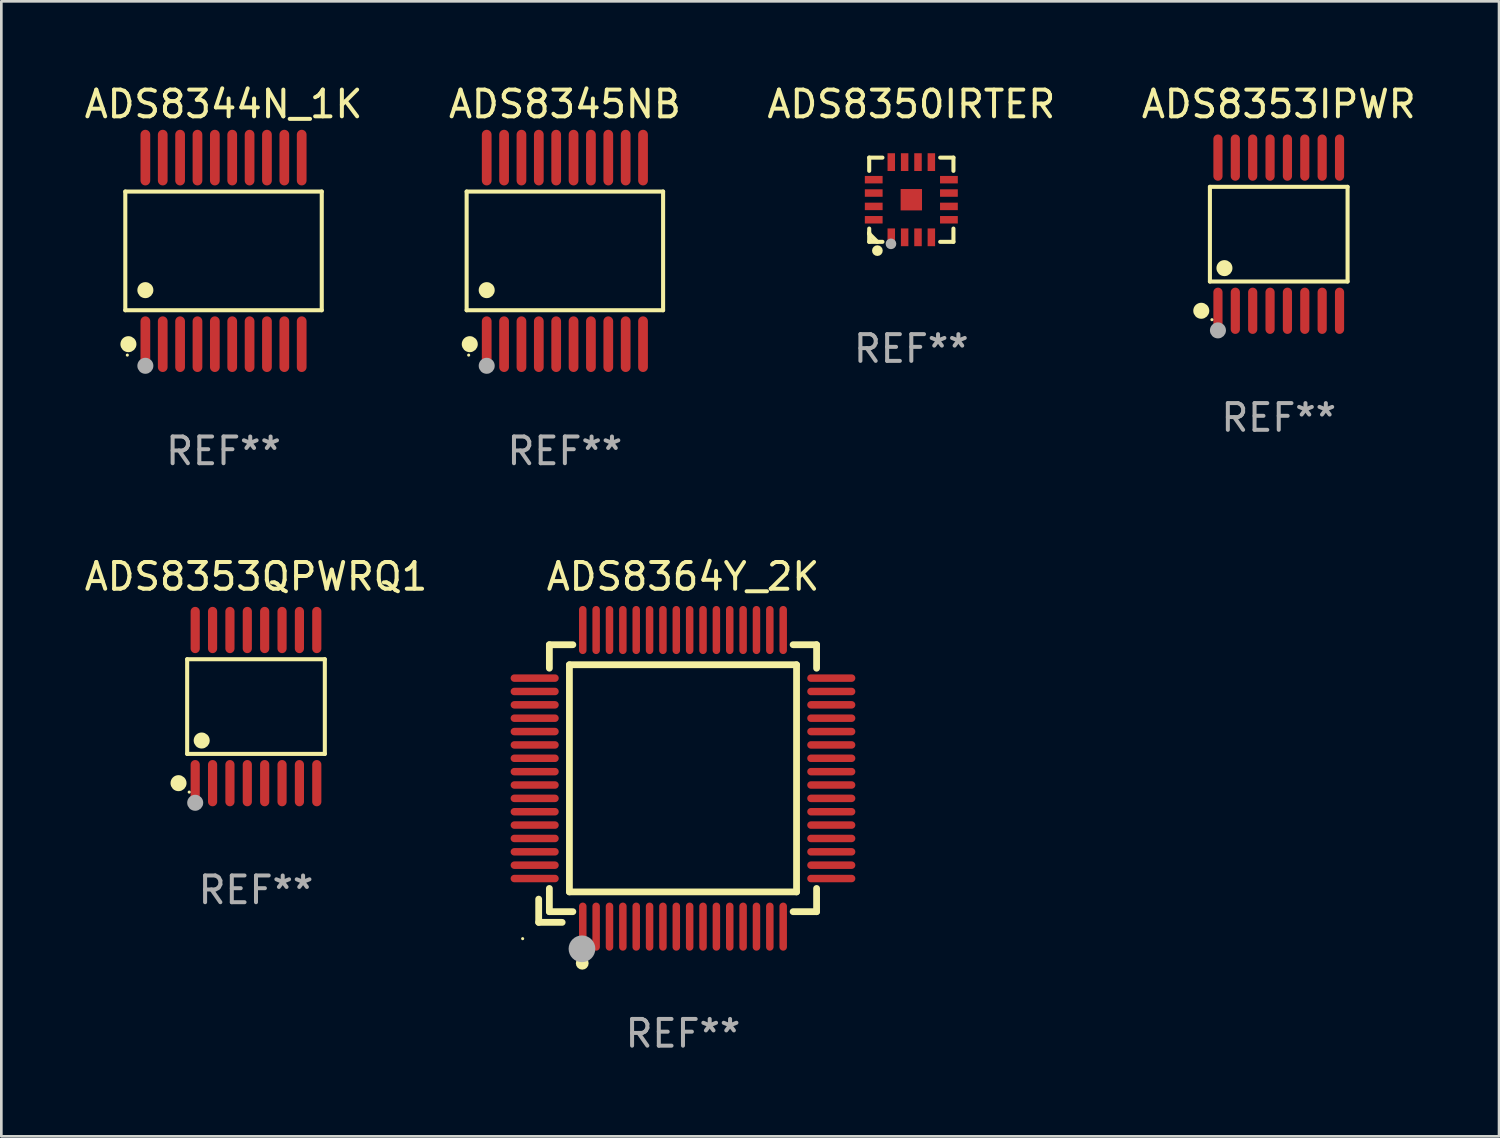
<source format=kicad_pcb>
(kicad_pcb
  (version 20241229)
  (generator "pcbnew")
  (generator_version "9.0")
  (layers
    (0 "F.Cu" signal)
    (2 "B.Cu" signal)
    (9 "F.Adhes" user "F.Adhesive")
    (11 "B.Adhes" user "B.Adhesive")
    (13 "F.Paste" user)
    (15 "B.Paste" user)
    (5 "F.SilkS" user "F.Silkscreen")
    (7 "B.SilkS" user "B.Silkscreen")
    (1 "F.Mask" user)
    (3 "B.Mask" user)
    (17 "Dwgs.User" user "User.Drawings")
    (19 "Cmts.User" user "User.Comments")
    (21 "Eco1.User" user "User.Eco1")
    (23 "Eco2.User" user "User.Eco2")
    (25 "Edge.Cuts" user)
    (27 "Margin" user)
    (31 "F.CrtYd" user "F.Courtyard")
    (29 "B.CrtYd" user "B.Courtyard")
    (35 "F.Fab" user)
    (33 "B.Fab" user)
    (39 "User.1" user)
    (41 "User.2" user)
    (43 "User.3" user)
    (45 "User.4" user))
  (footprint "ADS8364Y_2K"
    (layer "F.Cu")
    (at 22.509 26.077)
    (property "Reference" "ADS8364Y_2K" (at 0 -7.55 0) (layer "F.SilkS") (effects (font (size 1 1) (thickness 0.15))))
    (attr through_hole)
    (fp_line (start -5.4 4.521) (end -5.4 5.39) (stroke (width 0.254) (type solid)) (layer "F.SilkS"))
    (fp_line (start -5.4 5.39) (end -4.521 5.39) (stroke (width 0.254) (type solid)) (layer "F.SilkS"))
    (fp_line (start -5 -5) (end -5 -4.121) (stroke (width 0.254) (type solid)) (layer "F.SilkS"))
    (fp_line (start -5 4.121) (end -5 4.99) (stroke (width 0.254) (type solid)) (layer "F.SilkS"))
    (fp_line (start -5 4.99) (end -4.121 4.99) (stroke (width 0.254) (type solid)) (layer "F.SilkS"))
    (fp_line (start -4.25 -4.25) (end -4.25 4.25) (stroke (width 0.254) (type solid)) (layer "F.SilkS"))
    (fp_line (start -4.25 4.25) (end 4.25 4.25) (stroke (width 0.254) (type solid)) (layer "F.SilkS"))
    (fp_line (start -4.121 -5) (end -5 -5) (stroke (width 0.254) (type solid)) (layer "F.SilkS"))
    (fp_line (start 4.121 4.99) (end 5 4.99) (stroke (width 0.254) (type solid)) (layer "F.SilkS"))
    (fp_line (start 4.25 -4.25) (end -4.25 -4.25) (stroke (width 0.254) (type solid)) (layer "F.SilkS"))
    (fp_line (start 4.25 4.25) (end 4.25 -4.25) (stroke (width 0.254) (type solid)) (layer "F.SilkS"))
    (fp_line (start 5 -5) (end 4.121 -5) (stroke (width 0.254) (type solid)) (layer "F.SilkS"))
    (fp_line (start 5 -4.121) (end 5 -5) (stroke (width 0.254) (type solid)) (layer "F.SilkS"))
    (fp_line (start 5 4.99) (end 5 4.121) (stroke (width 0.254) (type solid)) (layer "F.SilkS"))
    (fp_circle (center -6 6) (end -5.97 6) (stroke (width 0.06) (type solid)) (fill no) (layer "F.SilkS"))
    (fp_circle (center -3.77 6.92) (end -3.65 6.92) (stroke (width 0.24) (type solid)) (fill no) (layer "F.SilkS"))
    (fp_circle (center -3.78 6.38) (end -3.53 6.38) (stroke (width 0.5) (type solid)) (fill no) (layer "F.Fab"))
    (fp_text user "REF**" (at 0 9.55 0) (layer "F.Fab") (effects (font (size 1 1) (thickness 0.15))))
    (pad "1" smd oval (at -3.75 5.55) (size 0.28 1.8) (layers "F.Cu" "F.Mask" "F.Paste"))
    (pad "2" smd oval (at -3.25 5.55) (size 0.28 1.8) (layers "F.Cu" "F.Mask" "F.Paste"))
    (pad "3" smd oval (at -2.75 5.55) (size 0.28 1.8) (layers "F.Cu" "F.Mask" "F.Paste"))
    (pad "4" smd oval (at -2.25 5.55) (size 0.28 1.8) (layers "F.Cu" "F.Mask" "F.Paste"))
    (pad "5" smd oval (at -1.75 5.55) (size 0.28 1.8) (layers "F.Cu" "F.Mask" "F.Paste"))
    (pad "6" smd oval (at -1.25 5.55) (size 0.28 1.8) (layers "F.Cu" "F.Mask" "F.Paste"))
    (pad "7" smd oval (at -0.75 5.55) (size 0.28 1.8) (layers "F.Cu" "F.Mask" "F.Paste"))
    (pad "8" smd oval (at -0.25 5.55) (size 0.28 1.8) (layers "F.Cu" "F.Mask" "F.Paste"))
    (pad "9" smd oval (at 0.25 5.55) (size 0.28 1.8) (layers "F.Cu" "F.Mask" "F.Paste"))
    (pad "10" smd oval (at 0.75 5.55) (size 0.28 1.8) (layers "F.Cu" "F.Mask" "F.Paste"))
    (pad "11" smd oval (at 1.25 5.55) (size 0.28 1.8) (layers "F.Cu" "F.Mask" "F.Paste"))
    (pad "12" smd oval (at 1.75 5.55) (size 0.28 1.8) (layers "F.Cu" "F.Mask" "F.Paste"))
    (pad "13" smd oval (at 2.25 5.55) (size 0.28 1.8) (layers "F.Cu" "F.Mask" "F.Paste"))
    (pad "14" smd oval (at 2.75 5.55) (size 0.28 1.8) (layers "F.Cu" "F.Mask" "F.Paste"))
    (pad "15" smd oval (at 3.25 5.55) (size 0.28 1.8) (layers "F.Cu" "F.Mask" "F.Paste"))
    (pad "16" smd oval (at 3.75 5.55) (size 0.28 1.8) (layers "F.Cu" "F.Mask" "F.Paste"))
    (pad "17" smd oval (at 5.55 3.75) (size 1.8 0.28) (layers "F.Cu" "F.Mask" "F.Paste"))
    (pad "18" smd oval (at 5.55 3.25) (size 1.8 0.28) (layers "F.Cu" "F.Mask" "F.Paste"))
    (pad "19" smd oval (at 5.55 2.75) (size 1.8 0.28) (layers "F.Cu" "F.Mask" "F.Paste"))
    (pad "20" smd oval (at 5.55 2.25) (size 1.8 0.28) (layers "F.Cu" "F.Mask" "F.Paste"))
    (pad "21" smd oval (at 5.55 1.75) (size 1.8 0.28) (layers "F.Cu" "F.Mask" "F.Paste"))
    (pad "22" smd oval (at 5.55 1.25) (size 1.8 0.28) (layers "F.Cu" "F.Mask" "F.Paste"))
    (pad "23" smd oval (at 5.55 0.75) (size 1.8 0.28) (layers "F.Cu" "F.Mask" "F.Paste"))
    (pad "24" smd oval (at 5.55 0.25) (size 1.8 0.28) (layers "F.Cu" "F.Mask" "F.Paste"))
    (pad "25" smd oval (at 5.55 -0.25) (size 1.8 0.28) (layers "F.Cu" "F.Mask" "F.Paste"))
    (pad "26" smd oval (at 5.55 -0.75) (size 1.8 0.28) (layers "F.Cu" "F.Mask" "F.Paste"))
    (pad "27" smd oval (at 5.55 -1.25) (size 1.8 0.28) (layers "F.Cu" "F.Mask" "F.Paste"))
    (pad "28" smd oval (at 5.55 -1.75) (size 1.8 0.28) (layers "F.Cu" "F.Mask" "F.Paste"))
    (pad "29" smd oval (at 5.55 -2.25) (size 1.8 0.28) (layers "F.Cu" "F.Mask" "F.Paste"))
    (pad "30" smd oval (at 5.55 -2.75) (size 1.8 0.28) (layers "F.Cu" "F.Mask" "F.Paste"))
    (pad "31" smd oval (at 5.55 -3.25) (size 1.8 0.28) (layers "F.Cu" "F.Mask" "F.Paste"))
    (pad "32" smd oval (at 5.55 -3.75) (size 1.8 0.28) (layers "F.Cu" "F.Mask" "F.Paste"))
    (pad "33" smd oval (at 3.75 -5.55) (size 0.28 1.8) (layers "F.Cu" "F.Mask" "F.Paste"))
    (pad "34" smd oval (at 3.25 -5.55) (size 0.28 1.8) (layers "F.Cu" "F.Mask" "F.Paste"))
    (pad "35" smd oval (at 2.75 -5.55) (size 0.28 1.8) (layers "F.Cu" "F.Mask" "F.Paste"))
    (pad "36" smd oval (at 2.25 -5.55) (size 0.28 1.8) (layers "F.Cu" "F.Mask" "F.Paste"))
    (pad "37" smd oval (at 1.75 -5.55) (size 0.28 1.8) (layers "F.Cu" "F.Mask" "F.Paste"))
    (pad "38" smd oval (at 1.25 -5.55) (size 0.28 1.8) (layers "F.Cu" "F.Mask" "F.Paste"))
    (pad "39" smd oval (at 0.75 -5.55) (size 0.28 1.8) (layers "F.Cu" "F.Mask" "F.Paste"))
    (pad "40" smd oval (at 0.25 -5.55) (size 0.28 1.8) (layers "F.Cu" "F.Mask" "F.Paste"))
    (pad "41" smd oval (at -0.25 -5.55) (size 0.28 1.8) (layers "F.Cu" "F.Mask" "F.Paste"))
    (pad "42" smd oval (at -0.75 -5.55) (size 0.28 1.8) (layers "F.Cu" "F.Mask" "F.Paste"))
    (pad "43" smd oval (at -1.25 -5.55) (size 0.28 1.8) (layers "F.Cu" "F.Mask" "F.Paste"))
    (pad "44" smd oval (at -1.75 -5.55) (size 0.28 1.8) (layers "F.Cu" "F.Mask" "F.Paste"))
    (pad "45" smd oval (at -2.25 -5.55) (size 0.28 1.8) (layers "F.Cu" "F.Mask" "F.Paste"))
    (pad "46" smd oval (at -2.75 -5.55) (size 0.28 1.8) (layers "F.Cu" "F.Mask" "F.Paste"))
    (pad "47" smd oval (at -3.25 -5.55) (size 0.28 1.8) (layers "F.Cu" "F.Mask" "F.Paste"))
    (pad "48" smd oval (at -3.75 -5.55) (size 0.28 1.8) (layers "F.Cu" "F.Mask" "F.Paste"))
    (pad "49" smd oval (at -5.55 -3.75) (size 1.8 0.28) (layers "F.Cu" "F.Mask" "F.Paste"))
    (pad "50" smd oval (at -5.55 -3.25) (size 1.8 0.28) (layers "F.Cu" "F.Mask" "F.Paste"))
    (pad "51" smd oval (at -5.55 -2.75) (size 1.8 0.28) (layers "F.Cu" "F.Mask" "F.Paste"))
    (pad "52" smd oval (at -5.55 -2.25) (size 1.8 0.28) (layers "F.Cu" "F.Mask" "F.Paste"))
    (pad "53" smd oval (at -5.55 -1.75) (size 1.8 0.28) (layers "F.Cu" "F.Mask" "F.Paste"))
    (pad "54" smd oval (at -5.55 -1.25) (size 1.8 0.28) (layers "F.Cu" "F.Mask" "F.Paste"))
    (pad "55" smd oval (at -5.55 -0.75) (size 1.8 0.28) (layers "F.Cu" "F.Mask" "F.Paste"))
    (pad "56" smd oval (at -5.55 -0.25) (size 1.8 0.28) (layers "F.Cu" "F.Mask" "F.Paste"))
    (pad "57" smd oval (at -5.55 0.25) (size 1.8 0.28) (layers "F.Cu" "F.Mask" "F.Paste"))
    (pad "58" smd oval (at -5.55 0.75) (size 1.8 0.28) (layers "F.Cu" "F.Mask" "F.Paste"))
    (pad "59" smd oval (at -5.55 1.25) (size 1.8 0.28) (layers "F.Cu" "F.Mask" "F.Paste"))
    (pad "60" smd oval (at -5.55 1.75) (size 1.8 0.28) (layers "F.Cu" "F.Mask" "F.Paste"))
    (pad "61" smd oval (at -5.55 2.25) (size 1.8 0.28) (layers "F.Cu" "F.Mask" "F.Paste"))
    (pad "62" smd oval (at -5.55 2.75) (size 1.8 0.28) (layers "F.Cu" "F.Mask" "F.Paste"))
    (pad "63" smd oval (at -5.55 3.25) (size 1.8 0.28) (layers "F.Cu" "F.Mask" "F.Paste"))
    (pad "64" smd oval (at -5.55 3.75) (size 1.8 0.28) (layers "F.Cu" "F.Mask" "F.Paste")))
  (footprint "ADS8344N_1K"
    (layer "F.Cu")
    (at 5.315 6.339)
    (property "Reference" "ADS8344N_1K" (at 0 -5.491 0) (layer "F.SilkS") (effects (font (size 1 1) (thickness 0.15))))
    (attr through_hole)
    (fp_line (start -3.676 -2.221) (end 3.676 -2.221) (stroke (width 0.152) (type solid)) (layer "F.SilkS"))
    (fp_line (start -3.676 2.221) (end -3.676 -2.221) (stroke (width 0.152) (type solid)) (layer "F.SilkS"))
    (fp_line (start 3.676 -2.221) (end 3.676 2.221) (stroke (width 0.152) (type solid)) (layer "F.SilkS"))
    (fp_line (start 3.676 2.221) (end -3.676 2.221) (stroke (width 0.152) (type solid)) (layer "F.SilkS"))
    (fp_circle (center -3.6 3.9) (end -3.57 3.9) (stroke (width 0.06) (type solid)) (fill no) (layer "F.SilkS"))
    (fp_circle (center -3.559 3.491) (end -3.409 3.491) (stroke (width 0.3) (type solid)) (fill no) (layer "F.SilkS"))
    (fp_circle (center -2.925 1.469) (end -2.775 1.469) (stroke (width 0.3) (type solid)) (fill no) (layer "F.SilkS"))
    (fp_circle (center -2.925 4.3) (end -2.775 4.3) (stroke (width 0.3) (type solid)) (fill no) (layer "F.Fab"))
    (fp_text user "REF**" (at 0 7.491 0) (layer "F.Fab") (effects (font (size 1 1) (thickness 0.15))))
    (pad "1" smd oval (at -2.925 3.491) (size 0.364 2.082) (layers "F.Cu" "F.Mask" "F.Paste"))
    (pad "2" smd oval (at -2.275 3.491) (size 0.364 2.082) (layers "F.Cu" "F.Mask" "F.Paste"))
    (pad "3" smd oval (at -1.625 3.491) (size 0.364 2.082) (layers "F.Cu" "F.Mask" "F.Paste"))
    (pad "4" smd oval (at -0.975 3.491) (size 0.364 2.082) (layers "F.Cu" "F.Mask" "F.Paste"))
    (pad "5" smd oval (at -0.325 3.491) (size 0.364 2.082) (layers "F.Cu" "F.Mask" "F.Paste"))
    (pad "6" smd oval (at 0.325 3.491) (size 0.364 2.082) (layers "F.Cu" "F.Mask" "F.Paste"))
    (pad "7" smd oval (at 0.975 3.491) (size 0.364 2.082) (layers "F.Cu" "F.Mask" "F.Paste"))
    (pad "8" smd oval (at 1.625 3.491) (size 0.364 2.082) (layers "F.Cu" "F.Mask" "F.Paste"))
    (pad "9" smd oval (at 2.275 3.491) (size 0.364 2.082) (layers "F.Cu" "F.Mask" "F.Paste"))
    (pad "10" smd oval (at 2.925 3.491) (size 0.364 2.082) (layers "F.Cu" "F.Mask" "F.Paste"))
    (pad "11" smd oval (at 2.925 -3.491) (size 0.364 2.082) (layers "F.Cu" "F.Mask" "F.Paste"))
    (pad "12" smd oval (at 2.275 -3.491) (size 0.364 2.082) (layers "F.Cu" "F.Mask" "F.Paste"))
    (pad "13" smd oval (at 1.625 -3.491) (size 0.364 2.082) (layers "F.Cu" "F.Mask" "F.Paste"))
    (pad "14" smd oval (at 0.975 -3.491) (size 0.364 2.082) (layers "F.Cu" "F.Mask" "F.Paste"))
    (pad "15" smd oval (at 0.325 -3.491) (size 0.364 2.082) (layers "F.Cu" "F.Mask" "F.Paste"))
    (pad "16" smd oval (at -0.325 -3.491) (size 0.364 2.082) (layers "F.Cu" "F.Mask" "F.Paste"))
    (pad "17" smd oval (at -0.975 -3.491) (size 0.364 2.082) (layers "F.Cu" "F.Mask" "F.Paste"))
    (pad "18" smd oval (at -1.625 -3.491) (size 0.364 2.082) (layers "F.Cu" "F.Mask" "F.Paste"))
    (pad "19" smd oval (at -2.275 -3.491) (size 0.364 2.082) (layers "F.Cu" "F.Mask" "F.Paste"))
    (pad "20" smd oval (at -2.925 -3.491) (size 0.364 2.082) (layers "F.Cu" "F.Mask" "F.Paste")))
  (footprint "ADS8353QPWRQ1"
    (layer "F.Cu")
    (at 6.53 23.392)
    (property "Reference" "ADS8353QPWRQ1" (at 0 -4.866 0) (layer "F.SilkS") (effects (font (size 1 1) (thickness 0.15))))
    (attr through_hole)
    (fp_line (start -2.576 -1.772) (end 2.576 -1.772) (stroke (width 0.152) (type solid)) (layer "F.SilkS"))
    (fp_line (start -2.576 1.771) (end -2.576 -1.772) (stroke (width 0.152) (type solid)) (layer "F.SilkS"))
    (fp_line (start 2.576 -1.772) (end 2.576 1.771) (stroke (width 0.152) (type solid)) (layer "F.SilkS"))
    (fp_line (start 2.576 1.771) (end -2.576 1.771) (stroke (width 0.152) (type solid)) (layer "F.SilkS"))
    (fp_circle (center -2.899 2.866) (end -2.749 2.866) (stroke (width 0.3) (type solid)) (fill no) (layer "F.SilkS"))
    (fp_circle (center -2.5 3.2) (end -2.47 3.2) (stroke (width 0.06) (type solid)) (fill no) (layer "F.SilkS"))
    (fp_circle (center -2.032 1.27) (end -1.882 1.27) (stroke (width 0.3) (type solid)) (fill no) (layer "F.SilkS"))
    (fp_circle (center -2.275 3.6) (end -2.125 3.6) (stroke (width 0.3) (type solid)) (fill no) (layer "F.Fab"))
    (fp_text user "REF**" (at 0 6.866 0) (layer "F.Fab") (effects (font (size 1 1) (thickness 0.15))))
    (pad "1" smd oval (at -2.275 2.866) (size 0.343 1.731) (layers "F.Cu" "F.Mask" "F.Paste"))
    (pad "2" smd oval (at -1.625 2.866) (size 0.343 1.731) (layers "F.Cu" "F.Mask" "F.Paste"))
    (pad "3" smd oval (at -0.975 2.866) (size 0.343 1.731) (layers "F.Cu" "F.Mask" "F.Paste"))
    (pad "4" smd oval (at -0.325 2.866) (size 0.343 1.731) (layers "F.Cu" "F.Mask" "F.Paste"))
    (pad "5" smd oval (at 0.325 2.866) (size 0.343 1.731) (layers "F.Cu" "F.Mask" "F.Paste"))
    (pad "6" smd oval (at 0.975 2.866) (size 0.343 1.731) (layers "F.Cu" "F.Mask" "F.Paste"))
    (pad "7" smd oval (at 1.625 2.866) (size 0.343 1.731) (layers "F.Cu" "F.Mask" "F.Paste"))
    (pad "8" smd oval (at 2.275 2.866) (size 0.343 1.731) (layers "F.Cu" "F.Mask" "F.Paste"))
    (pad "9" smd oval (at 2.275 -2.866) (size 0.343 1.731) (layers "F.Cu" "F.Mask" "F.Paste"))
    (pad "10" smd oval (at 1.625 -2.866) (size 0.343 1.731) (layers "F.Cu" "F.Mask" "F.Paste"))
    (pad "11" smd oval (at 0.975 -2.866) (size 0.343 1.731) (layers "F.Cu" "F.Mask" "F.Paste"))
    (pad "12" smd oval (at 0.325 -2.866) (size 0.343 1.731) (layers "F.Cu" "F.Mask" "F.Paste"))
    (pad "13" smd oval (at -0.325 -2.866) (size 0.343 1.731) (layers "F.Cu" "F.Mask" "F.Paste"))
    (pad "14" smd oval (at -0.975 -2.866) (size 0.343 1.731) (layers "F.Cu" "F.Mask" "F.Paste"))
    (pad "15" smd oval (at -1.625 -2.866) (size 0.343 1.731) (layers "F.Cu" "F.Mask" "F.Paste"))
    (pad "16" smd oval (at -2.275 -2.866) (size 0.343 1.731) (layers "F.Cu" "F.Mask" "F.Paste")))
  (footprint "ADS8350IRTER"
    (layer "F.Cu")
    (at 31.054 4.424)
    (property "Reference" "ADS8350IRTER" (at 0 -3.576 0) (layer "F.SilkS") (effects (font (size 1 1) (thickness 0.15))))
    (attr through_hole)
    (fp_line (start -1.576 -1.576) (end -1.08 -1.576) (stroke (width 0.152) (type solid)) (layer "F.SilkS"))
    (fp_line (start -1.576 -1.08) (end -1.576 -1.576) (stroke (width 0.152) (type solid)) (layer "F.SilkS"))
    (fp_line (start -1.576 1.08) (end -1.576 1.576) (stroke (width 0.152) (type solid)) (layer "F.SilkS"))
    (fp_line (start -1.576 1.232) (end -1.576 1.272) (stroke (width 0.152) (type solid)) (layer "F.SilkS"))
    (fp_line (start -1.576 1.272) (end -1.272 1.576) (stroke (width 0.152) (type solid)) (layer "F.SilkS"))
    (fp_line (start -1.576 1.576) (end -1.08 1.576) (stroke (width 0.152) (type solid)) (layer "F.SilkS"))
    (fp_line (start 1.576 -1.576) (end 1.08 -1.576) (stroke (width 0.152) (type solid)) (layer "F.SilkS"))
    (fp_line (start 1.576 -1.08) (end 1.576 -1.576) (stroke (width 0.152) (type solid)) (layer "F.SilkS"))
    (fp_line (start 1.576 1.08) (end 1.576 1.576) (stroke (width 0.152) (type solid)) (layer "F.SilkS"))
    (fp_line (start 1.576 1.576) (end 1.08 1.576) (stroke (width 0.152) (type solid)) (layer "F.SilkS"))
    (fp_circle (center -1.5 1.5) (end -1.47 1.5) (stroke (width 0.06) (type solid)) (fill no) (layer "F.SilkS"))
    (fp_circle (center -1.27 1.905) (end -1.17 1.905) (stroke (width 0.2) (type solid)) (fill no) (layer "F.SilkS"))
    (fp_circle (center -0.762 1.651) (end -0.662 1.651) (stroke (width 0.2) (type solid)) (fill no) (layer "F.Fab"))
    (fp_text user "REF**" (at 0 5.576 0) (layer "F.Fab") (effects (font (size 1 1) (thickness 0.15))))
    (pad "1" smd rect (at -0.75 1.407) (size 0.28 0.665) (layers "F.Cu" "F.Mask" "F.Paste"))
    (pad "2" smd rect (at -0.25 1.407) (size 0.28 0.665) (layers "F.Cu" "F.Mask" "F.Paste"))
    (pad "3" smd rect (at 0.25 1.407) (size 0.28 0.665) (layers "F.Cu" "F.Mask" "F.Paste"))
    (pad "4" smd rect (at 0.75 1.407) (size 0.28 0.665) (layers "F.Cu" "F.Mask" "F.Paste"))
    (pad "5" smd rect (at 1.407 0.75) (size 0.665 0.28) (layers "F.Cu" "F.Mask" "F.Paste"))
    (pad "6" smd rect (at 1.407 0.25) (size 0.665 0.28) (layers "F.Cu" "F.Mask" "F.Paste"))
    (pad "7" smd rect (at 1.407 -0.25) (size 0.665 0.28) (layers "F.Cu" "F.Mask" "F.Paste"))
    (pad "8" smd rect (at 1.407 -0.75) (size 0.665 0.28) (layers "F.Cu" "F.Mask" "F.Paste"))
    (pad "9" smd rect (at 0.75 -1.407) (size 0.28 0.665) (layers "F.Cu" "F.Mask" "F.Paste"))
    (pad "10" smd rect (at 0.25 -1.407) (size 0.28 0.665) (layers "F.Cu" "F.Mask" "F.Paste"))
    (pad "11" smd rect (at -0.25 -1.407) (size 0.28 0.665) (layers "F.Cu" "F.Mask" "F.Paste"))
    (pad "12" smd rect (at -0.75 -1.407) (size 0.28 0.665) (layers "F.Cu" "F.Mask" "F.Paste"))
    (pad "13" smd rect (at -1.407 -0.75) (size 0.665 0.28) (layers "F.Cu" "F.Mask" "F.Paste"))
    (pad "14" smd rect (at -1.407 -0.25) (size 0.665 0.28) (layers "F.Cu" "F.Mask" "F.Paste"))
    (pad "15" smd rect (at -1.407 0.25) (size 0.665 0.28) (layers "F.Cu" "F.Mask" "F.Paste"))
    (pad "16" smd rect (at -1.407 0.75) (size 0.665 0.28) (layers "F.Cu" "F.Mask" "F.Paste"))
    (pad "17" smd rect (at 0 0) (size 0.8 0.8) (layers "F.Cu" "F.Mask" "F.Paste")))
  (footprint "ADS8345NB"
    (layer "F.Cu")
    (at 18.089 6.339)
    (property "Reference" "ADS8345NB" (at 0 -5.491 0) (layer "F.SilkS") (effects (font (size 1 1) (thickness 0.15))))
    (attr through_hole)
    (fp_line (start -3.676 -2.221) (end 3.676 -2.221) (stroke (width 0.152) (type solid)) (layer "F.SilkS"))
    (fp_line (start -3.676 2.221) (end -3.676 -2.221) (stroke (width 0.152) (type solid)) (layer "F.SilkS"))
    (fp_line (start 3.676 -2.221) (end 3.676 2.221) (stroke (width 0.152) (type solid)) (layer "F.SilkS"))
    (fp_line (start 3.676 2.221) (end -3.676 2.221) (stroke (width 0.152) (type solid)) (layer "F.SilkS"))
    (fp_circle (center -3.6 3.9) (end -3.57 3.9) (stroke (width 0.06) (type solid)) (fill no) (layer "F.SilkS"))
    (fp_circle (center -3.559 3.491) (end -3.409 3.491) (stroke (width 0.3) (type solid)) (fill no) (layer "F.SilkS"))
    (fp_circle (center -2.925 1.469) (end -2.775 1.469) (stroke (width 0.3) (type solid)) (fill no) (layer "F.SilkS"))
    (fp_circle (center -2.925 4.3) (end -2.775 4.3) (stroke (width 0.3) (type solid)) (fill no) (layer "F.Fab"))
    (fp_text user "REF**" (at 0 7.491 0) (layer "F.Fab") (effects (font (size 1 1) (thickness 0.15))))
    (pad "1" smd oval (at -2.925 3.491) (size 0.364 2.082) (layers "F.Cu" "F.Mask" "F.Paste"))
    (pad "2" smd oval (at -2.275 3.491) (size 0.364 2.082) (layers "F.Cu" "F.Mask" "F.Paste"))
    (pad "3" smd oval (at -1.625 3.491) (size 0.364 2.082) (layers "F.Cu" "F.Mask" "F.Paste"))
    (pad "4" smd oval (at -0.975 3.491) (size 0.364 2.082) (layers "F.Cu" "F.Mask" "F.Paste"))
    (pad "5" smd oval (at -0.325 3.491) (size 0.364 2.082) (layers "F.Cu" "F.Mask" "F.Paste"))
    (pad "6" smd oval (at 0.325 3.491) (size 0.364 2.082) (layers "F.Cu" "F.Mask" "F.Paste"))
    (pad "7" smd oval (at 0.975 3.491) (size 0.364 2.082) (layers "F.Cu" "F.Mask" "F.Paste"))
    (pad "8" smd oval (at 1.625 3.491) (size 0.364 2.082) (layers "F.Cu" "F.Mask" "F.Paste"))
    (pad "9" smd oval (at 2.275 3.491) (size 0.364 2.082) (layers "F.Cu" "F.Mask" "F.Paste"))
    (pad "10" smd oval (at 2.925 3.491) (size 0.364 2.082) (layers "F.Cu" "F.Mask" "F.Paste"))
    (pad "11" smd oval (at 2.925 -3.491) (size 0.364 2.082) (layers "F.Cu" "F.Mask" "F.Paste"))
    (pad "12" smd oval (at 2.275 -3.491) (size 0.364 2.082) (layers "F.Cu" "F.Mask" "F.Paste"))
    (pad "13" smd oval (at 1.625 -3.491) (size 0.364 2.082) (layers "F.Cu" "F.Mask" "F.Paste"))
    (pad "14" smd oval (at 0.975 -3.491) (size 0.364 2.082) (layers "F.Cu" "F.Mask" "F.Paste"))
    (pad "15" smd oval (at 0.325 -3.491) (size 0.364 2.082) (layers "F.Cu" "F.Mask" "F.Paste"))
    (pad "16" smd oval (at -0.325 -3.491) (size 0.364 2.082) (layers "F.Cu" "F.Mask" "F.Paste"))
    (pad "17" smd oval (at -0.975 -3.491) (size 0.364 2.082) (layers "F.Cu" "F.Mask" "F.Paste"))
    (pad "18" smd oval (at -1.625 -3.491) (size 0.364 2.082) (layers "F.Cu" "F.Mask" "F.Paste"))
    (pad "19" smd oval (at -2.275 -3.491) (size 0.364 2.082) (layers "F.Cu" "F.Mask" "F.Paste"))
    (pad "20" smd oval (at -2.925 -3.491) (size 0.364 2.082) (layers "F.Cu" "F.Mask" "F.Paste")))
  (footprint "ADS8353IPWR"
    (layer "F.Cu")
    (at 44.804 5.714)
    (property "Reference" "ADS8353IPWR" (at 0 -4.866 0) (layer "F.SilkS") (effects (font (size 1 1) (thickness 0.15))))
    (attr through_hole)
    (fp_line (start -2.576 -1.772) (end 2.576 -1.772) (stroke (width 0.152) (type solid)) (layer "F.SilkS"))
    (fp_line (start -2.576 1.771) (end -2.576 -1.772) (stroke (width 0.152) (type solid)) (layer "F.SilkS"))
    (fp_line (start 2.576 -1.772) (end 2.576 1.771) (stroke (width 0.152) (type solid)) (layer "F.SilkS"))
    (fp_line (start 2.576 1.771) (end -2.576 1.771) (stroke (width 0.152) (type solid)) (layer "F.SilkS"))
    (fp_circle (center -2.899 2.866) (end -2.749 2.866) (stroke (width 0.3) (type solid)) (fill no) (layer "F.SilkS"))
    (fp_circle (center -2.5 3.2) (end -2.47 3.2) (stroke (width 0.06) (type solid)) (fill no) (layer "F.SilkS"))
    (fp_circle (center -2.032 1.27) (end -1.882 1.27) (stroke (width 0.3) (type solid)) (fill no) (layer "F.SilkS"))
    (fp_circle (center -2.275 3.6) (end -2.125 3.6) (stroke (width 0.3) (type solid)) (fill no) (layer "F.Fab"))
    (fp_text user "REF**" (at 0 6.866 0) (layer "F.Fab") (effects (font (size 1 1) (thickness 0.15))))
    (pad "1" smd oval (at -2.275 2.866) (size 0.343 1.731) (layers "F.Cu" "F.Mask" "F.Paste"))
    (pad "2" smd oval (at -1.625 2.866) (size 0.343 1.731) (layers "F.Cu" "F.Mask" "F.Paste"))
    (pad "3" smd oval (at -0.975 2.866) (size 0.343 1.731) (layers "F.Cu" "F.Mask" "F.Paste"))
    (pad "4" smd oval (at -0.325 2.866) (size 0.343 1.731) (layers "F.Cu" "F.Mask" "F.Paste"))
    (pad "5" smd oval (at 0.325 2.866) (size 0.343 1.731) (layers "F.Cu" "F.Mask" "F.Paste"))
    (pad "6" smd oval (at 0.975 2.866) (size 0.343 1.731) (layers "F.Cu" "F.Mask" "F.Paste"))
    (pad "7" smd oval (at 1.625 2.866) (size 0.343 1.731) (layers "F.Cu" "F.Mask" "F.Paste"))
    (pad "8" smd oval (at 2.275 2.866) (size 0.343 1.731) (layers "F.Cu" "F.Mask" "F.Paste"))
    (pad "9" smd oval (at 2.275 -2.866) (size 0.343 1.731) (layers "F.Cu" "F.Mask" "F.Paste"))
    (pad "10" smd oval (at 1.625 -2.866) (size 0.343 1.731) (layers "F.Cu" "F.Mask" "F.Paste"))
    (pad "11" smd oval (at 0.975 -2.866) (size 0.343 1.731) (layers "F.Cu" "F.Mask" "F.Paste"))
    (pad "12" smd oval (at 0.325 -2.866) (size 0.343 1.731) (layers "F.Cu" "F.Mask" "F.Paste"))
    (pad "13" smd oval (at -0.325 -2.866) (size 0.343 1.731) (layers "F.Cu" "F.Mask" "F.Paste"))
    (pad "14" smd oval (at -0.975 -2.866) (size 0.343 1.731) (layers "F.Cu" "F.Mask" "F.Paste"))
    (pad "15" smd oval (at -1.625 -2.866) (size 0.343 1.731) (layers "F.Cu" "F.Mask" "F.Paste"))
    (pad "16" smd oval (at -2.275 -2.866) (size 0.343 1.731) (layers "F.Cu" "F.Mask" "F.Paste")))
  (gr_rect
    (start -3 -3)
    (end 53.048 39.475)
    (stroke (width 0.1) (type default))
    (fill no)
    (layer "Edge.Cuts")))
</source>
